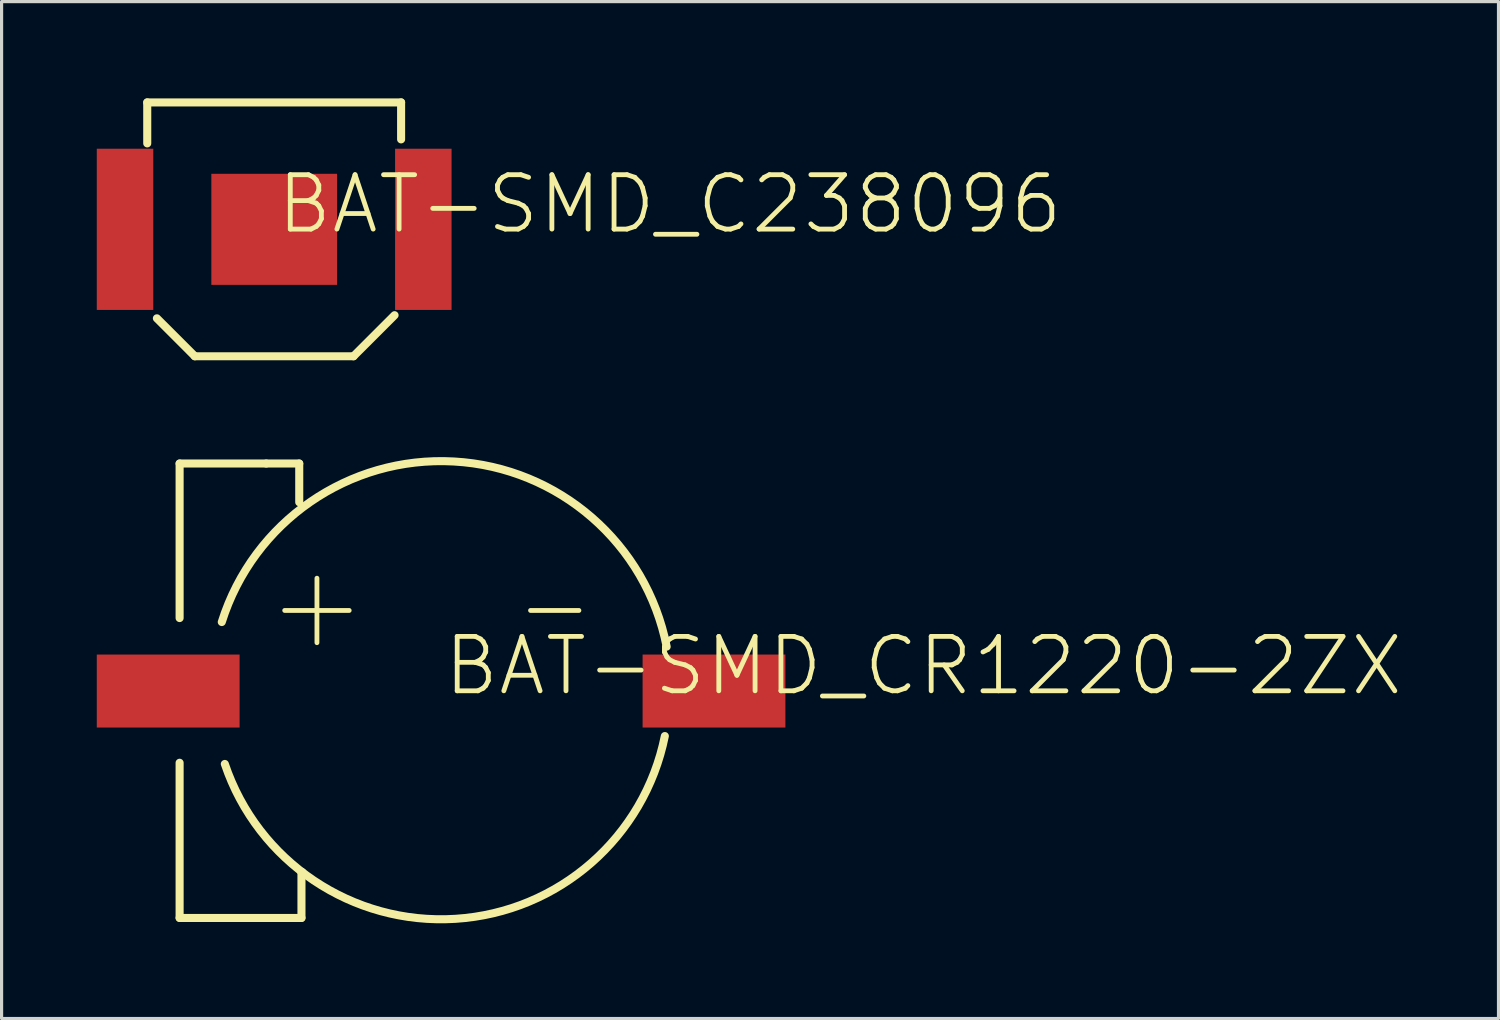
<source format=kicad_pcb>
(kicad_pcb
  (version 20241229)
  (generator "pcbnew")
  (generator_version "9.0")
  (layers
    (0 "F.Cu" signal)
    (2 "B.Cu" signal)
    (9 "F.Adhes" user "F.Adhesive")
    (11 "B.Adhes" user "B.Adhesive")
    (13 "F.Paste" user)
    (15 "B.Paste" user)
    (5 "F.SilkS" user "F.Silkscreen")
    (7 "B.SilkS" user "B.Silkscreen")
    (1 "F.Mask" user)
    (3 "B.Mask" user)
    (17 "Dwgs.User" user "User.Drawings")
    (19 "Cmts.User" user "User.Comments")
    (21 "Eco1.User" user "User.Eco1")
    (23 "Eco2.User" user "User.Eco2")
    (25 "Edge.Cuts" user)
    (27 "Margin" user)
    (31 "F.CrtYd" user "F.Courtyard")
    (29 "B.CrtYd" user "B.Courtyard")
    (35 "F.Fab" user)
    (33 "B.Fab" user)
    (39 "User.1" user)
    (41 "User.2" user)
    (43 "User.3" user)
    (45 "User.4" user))
  (footprint "BAT-SMD_CR1220-2ZX"
    (layer "F.Cu")
    (at 10.85 18.727)
    (property "Reference" "BAT-SMD_CR1220-2ZX" (at 0 0.21 0) (unlocked yes) (layer "F.SilkS") (effects (font (size 1.714 1.714) (thickness 0.152)) (justify left bottom)))
    (fp_line (start -8.24 -7.17) (end -5.51 -7.17) (stroke (width 0.254) (type solid)) (layer "F.SilkS"))
    (fp_line (start -8.24 -2.3) (end -8.24 -7.17) (stroke (width 0.254) (type solid)) (layer "F.SilkS"))
    (fp_line (start -8.24 7.15) (end -8.24 2.26) (stroke (width 0.254) (type solid)) (layer "F.SilkS"))
    (fp_line (start -8.24 7.15) (end -4.4 7.15) (stroke (width 0.254) (type solid)) (layer "F.SilkS"))
    (fp_line (start -5.51 -7.17) (end -4.47 -7.17) (stroke (width 0.254) (type solid)) (layer "F.SilkS"))
    (fp_line (start -4.928 -2.54) (end -2.896 -2.54) (stroke (width 0.152) (type solid)) (layer "F.SilkS"))
    (fp_line (start -4.47 -5.95) (end -4.47 -7.17) (stroke (width 0.254) (type solid)) (layer "F.SilkS"))
    (fp_line (start -4.4 5.706) (end -4.378 5.706) (stroke (width 0.254) (type solid)) (layer "F.SilkS"))
    (fp_line (start -4.4 7.15) (end -4.4 5.706) (stroke (width 0.254) (type solid)) (layer "F.SilkS"))
    (fp_line (start -3.912 -1.524) (end -3.912 -3.556) (stroke (width 0.152) (type solid)) (layer "F.SilkS"))
    (fp_line (start 2.819 -2.54) (end 4.343 -2.54) (stroke (width 0.152) (type solid)) (layer "F.SilkS"))
    (fp_arc (start -6.911031 -2.175105) (mid 0.400218 -7.234177) (end 7.108771 -1.399463) (stroke (width 0.254) (type solid)) (layer "F.SilkS"))
    (fp_arc (start 7.05102 1.418262) (mid 0.455106 7.177837) (end -6.815428 2.297456) (stroke (width 0.254) (type solid)) (layer "F.SilkS"))
    (fp_line (start -8.382 -1.016) (end -7.89 -3.3) (stroke (width 0.051) (type solid)) (layer "Eco1.User"))
    (fp_line (start -8.382 1.016) (end -8.382 -1.016) (stroke (width 0.051) (type solid)) (layer "Eco1.User"))
    (fp_line (start -8.382 1.016) (end -8.38 1.07) (stroke (width 0.051) (type solid)) (layer "Eco1.User"))
    (fp_line (start -8.38 1.07) (end -7.89 3.3) (stroke (width 0.051) (type solid)) (layer "Eco1.User"))
    (fp_line (start -7.89 -7.15) (end -5.47 -7.15) (stroke (width 0.051) (type solid)) (layer "Eco1.User"))
    (fp_line (start -7.89 -3.3) (end -7.89 -7.15) (stroke (width 0.051) (type solid)) (layer "Eco1.User"))
    (fp_line (start -7.89 7.15) (end -7.89 3.3) (stroke (width 0.051) (type solid)) (layer "Eco1.User"))
    (fp_line (start -7.89 7.15) (end -5.48 7.15) (stroke (width 0.051) (type solid)) (layer "Eco1.User"))
    (fp_line (start -5.48 7.15) (end -5.26 6.93) (stroke (width 0.051) (type solid)) (layer "Eco1.User"))
    (fp_line (start -5.47 -7.15) (end -5.2 -6.88) (stroke (width 0.051) (type solid)) (layer "Eco1.User"))
    (fp_line (start -5.26 6.93) (end -4.315 5.754) (stroke (width 0.051) (type solid)) (layer "Eco1.User"))
    (fp_line (start -5.2 -6.88) (end -4.47 -5.92) (stroke (width 0.051) (type solid)) (layer "Eco1.User"))
    (fp_line (start -4.47 -5.92) (end -4.43 -5.92) (stroke (width 0.051) (type solid)) (layer "Eco1.User"))
    (fp_line (start -1.232 -7.245) (end 0.081 -7.245) (stroke (width 0.051) (type solid)) (layer "Eco1.User"))
    (fp_line (start -0.843 7.192) (end 0 7.192) (stroke (width 0.051) (type solid)) (layer "Eco1.User"))
    (fp_line (start 0 7.192) (end 0.053 7.192) (stroke (width 0.051) (type solid)) (layer "Eco1.User"))
    (fp_line (start 7.245 -0.00003) (end 7.245 -0.08) (stroke (width 0.051) (type solid)) (layer "Eco1.User"))
    (fp_arc (start -4.429992 -5.919982) (mid -2.962534 -6.900506) (end -1.23155 -7.24482) (stroke (width 0.0508) (type solid)) (layer "Eco1.User"))
    (fp_arc (start -0.84262 7.19226) (mid -2.722051 6.818418) (end -4.315356 5.753806) (stroke (width 0.0508) (type solid)) (layer "Eco1.User"))
    (fp_arc (start 0.08062 -7.24482) (mid 5.146757 -5.146357) (end 7.24522 -0.08022) (stroke (width 0.0508) (type solid)) (layer "Eco1.User"))
    (fp_arc (start 7.24522 -0.00003) (mid 5.138647 5.085687) (end 0.05293 7.19226) (stroke (width 0.0508) (type solid)) (layer "Eco1.User"))
    (fp_poly (pts (xy -6.57 0.9) (xy -10.07 0.9) (xy -10.07 -0.9) (xy -6.57 -0.9)) (stroke (width 0.1) (type default)) (fill no) (layer "Eco1.User"))
    (fp_poly (pts (xy 6.17 -0.9) (xy 9.67 -0.9) (xy 9.67 0.9) (xy 6.17 0.9)) (stroke (width 0.1) (type default)) (fill no) (layer "Eco1.User"))
    (fp_poly (pts (arc (start -10.01001 -7.2148) (mid -10.07002 -7.27487) (end -10.13009 -7.21486)) (arc (start -10.13009 -7.21486) (mid -10.07008 -7.15479) (end -10.01001 -7.2148))) (stroke (width 0.1) (type default)) (fill no) (layer "Eco1.User"))
    (fp_circle (center -3.75 0) (end -3.75 -0.75) (stroke (width 0.025) (type solid)) (fill no) (layer "User.1"))
    (fp_circle (center 3.75 0) (end 3.75 -0.75) (stroke (width 0.025) (type solid)) (fill no) (layer "User.1"))
    (fp_circle (center -3.75 0) (end -3.75 -0.25) (stroke (width 0.5) (type solid)) (fill no) (layer "User.6"))
    (fp_circle (center 3.75 0) (end 3.75 -0.19) (stroke (width 0.38) (type solid)) (fill no) (layer "User.6"))
    (fp_poly (pts (xy -10.41 -0.27) (xy -6.84 -0.27) (xy -6.84 0.24) (xy -10.41 0.24)) (stroke (width 0.1) (type default)) (fill no) (layer "User.6"))
    (fp_poly (pts (xy -8.87 1.81) (xy -8.87 -1.76) (xy -8.36 -1.76) (xy -8.36 1.81)) (stroke (width 0.1) (type default)) (fill no) (layer "User.6"))
    (fp_poly (pts (xy 6.79 -0.27) (xy 10.36 -0.27) (xy 10.36 0.24) (xy 6.79 0.24)) (stroke (width 0.1) (type default)) (fill no) (layer "User.6"))
    (fp_poly (pts (xy -8.315 -2.3) (arc (start -8.31482 -7.169866) (mid -8.29285 -7.2229) (end -8.239817 -7.24487)) (xy -8.24 -7.245) (xy -5.51 -7.245) (arc (start -4.469844 -7.24487) (mid -4.41681 -7.2229) (end -4.39484 -7.169867)) (xy -4.395 -7.17) (arc (start -4.394836 -5.949924) (mid -4.46984 -5.87589) (end -4.544844 -5.949924)) (xy -4.545 -5.95) (xy -4.545 -7.095) (xy -5.51 -7.095) (xy -8.165 -7.095) (arc (start -8.164816 -2.299874) (mid -8.23982 -2.22584) (end -8.314824 -2.299874))) (stroke (width 0.1) (type default)) (fill no) (layer "User.6"))
    (fp_poly (pts (arc (start -4.32481 7.150068) (mid -4.346781 7.203101) (end -4.399815 7.22507)) (xy -4.4 7.225) (arc (start -8.239818 7.22507) (mid -8.29285 7.2031) (end -8.31482 7.150067)) (xy -8.315 7.15) (arc (start -8.314814 2.260115) (mid -8.292505 2.207707) (end -8.239812 2.18608)) (arc (start -8.239811 2.18608) (mid -8.187116 2.207706) (end -8.164806 2.260115)) (xy -8.165 2.26) (xy -8.165 7.075) (xy -4.475 7.075) (arc (start -4.47483 5.706262) (mid -4.452857 5.653227) (end -4.39982 5.63126)) (arc (start -4.377925 5.631256) (mid -4.325517 5.653565) (end -4.30389 5.706258)) (arc (start -4.30389 5.706259) (mid -4.309318 5.734274) (end -4.324816 5.758235)) (xy -4.325 5.758) (xy -4.325 7.15)) (stroke (width 0.1) (type default)) (fill no) (layer "User.6"))
    (fp_poly (pts (arc (start 6.73785 -2.452327) (mid -0.158198 -7.168323) (end -6.839357 -2.152527)) (arc (start -6.839356 -2.152525) (mid -6.933415 -2.103476) (end -6.982464 -2.197535)) (arc (start -6.98246 -2.197528) (mid -0.161522 -7.318326) (end 6.87882 -2.503624)) (arc (start 6.878826 -2.503635) (mid 6.833995 -2.407494) (end 6.737854 -2.452325)) (xy 6.738 -2.452)) (stroke (width 0.1) (type default)) (fill no) (layer "User.6"))
    (fp_poly (pts (arc (start 0.00009 7.26746) (mid -4.239217 5.902851) (end -6.886449 2.321503)) (xy -6.886 2.322) (xy -6.891 2.296) (xy -6.891 2.296) (arc (start -6.89077 2.29644) (mid -6.8688 2.2434) (end -6.81576 2.22143)) (arc (start -6.815759 2.22143) (mid -6.771524 2.235862) (end -6.74431 2.273605)) (arc (start -6.744319 2.273604) (mid -4.151726 5.781014) (end 0.00007 7.11745)) (arc (start 0.00007 7.11744) (mid 4.082387 5.830277) (end 6.688118 2.434358)) (arc (start 6.688123 2.434356) (mid 6.715585 2.398566) (end 6.758609 2.385)) (arc (start 6.75861 2.385) (mid 6.81165 2.40697) (end 6.83362 2.46001)) (xy 6.834 2.46) (xy 6.829 2.486) (xy 6.829 2.486) (arc (start 6.829097 2.485667) (mid 4.16845 5.953166) (end 0.00009 7.26746))) (stroke (width 0.1) (type default)) (fill no) (layer "User.6"))
    (pad "1" smd rect (at -8.6 0 180) (size 4.5 2.3) (layers "F.Cu" "F.Mask" "F.Paste"))
    (pad "2" smd rect (at 8.6 0 180) (size 4.5 2.3) (layers "F.Cu" "F.Mask" "F.Paste"))
    (zone (net_name "") (layers "F.Cu" "B.Cu") (hatch edge 0.5) (connect_pads) (min_thickness 0.25) (filled_areas_thickness no) (keepout (tracks not_allowed) (vias not_allowed) (pads not_allowed) (copperpour not_allowed) (footprints allowed)) (placement (enabled no)) (fill) (polygon (pts (xy 7.27 17.983) (xy 7.431 18.04) (xy 7.575 18.131) (xy 7.696 18.251) (xy 7.787 18.396) (xy 7.843 18.557) (xy 7.863 18.727) (xy 7.843 18.897) (xy 7.787 19.058) (xy 7.696 19.202) (xy 7.575 19.323) (xy 7.431 19.414) (xy 7.27 19.471) (xy 7.1 19.49) (xy 6.93 19.471) (xy 6.769 19.414) (xy 6.624 19.323) (xy 6.504 19.202) (xy 6.413 19.058) (xy 6.356 18.897) (xy 6.337 18.727) (xy 6.358 18.727) (xy 6.376 18.892) (xy 6.431 19.049) (xy 6.52 19.19) (xy 6.637 19.307) (xy 6.778 19.395) (xy 6.935 19.45) (xy 7.1 19.469) (xy 7.265 19.45) (xy 7.422 19.395) (xy 7.562 19.307) (xy 7.68 19.19) (xy 7.768 19.049) (xy 7.823 18.892) (xy 7.842 18.727) (xy 7.823 18.562) (xy 7.768 18.405) (xy 7.68 18.264) (xy 7.562 18.147) (xy 7.422 18.058) (xy 7.265 18.004) (xy 7.1 17.985) (xy 6.935 18.004) (xy 6.778 18.058) (xy 6.637 18.147) (xy 6.52 18.264) (xy 6.431 18.405) (xy 6.376 18.562) (xy 6.358 18.727) (xy 6.337 18.727) (xy 6.356 18.557) (xy 6.413 18.396) (xy 6.504 18.251) (xy 6.624 18.131) (xy 6.769 18.04) (xy 6.93 17.983) (xy 7.1 17.964))))
    (zone (net_name "") (layers "F.Cu" "B.Cu") (hatch edge 0.5) (connect_pads) (min_thickness 0.25) (filled_areas_thickness no) (keepout (tracks allowed) (vias allowed) (pads allowed) (copperpour allowed) (footprints allowed)) (placement (enabled no)) (fill) (polygon (pts (xy 7.371 17.893) (xy 7.538 17.967) (xy 7.687 18.075) (xy 7.809 18.211) (xy 7.901 18.37) (xy 7.958 18.545) (xy 7.977 18.727) (xy 7.958 18.909) (xy 7.901 19.084) (xy 7.809 19.242) (xy 7.687 19.379) (xy 7.538 19.486) (xy 7.371 19.561) (xy 7.192 19.599) (xy 7.008 19.599) (xy 6.829 19.561) (xy 6.661 19.486) (xy 6.513 19.379) (xy 6.39 19.242) (xy 6.299 19.084) (xy 6.242 18.909) (xy 6.223 18.727) (xy 6.472 18.727) (xy 6.491 18.877) (xy 6.544 19.019) (xy 6.63 19.143) (xy 6.743 19.243) (xy 6.877 19.314) (xy 7.024 19.35) (xy 7.176 19.35) (xy 7.322 19.314) (xy 7.456 19.243) (xy 7.57 19.143) (xy 7.656 19.019) (xy 7.709 18.877) (xy 7.727 18.727) (xy 7.709 18.577) (xy 7.656 18.435) (xy 7.57 18.311) (xy 7.456 18.21) (xy 7.322 18.14) (xy 7.176 18.104) (xy 7.024 18.104) (xy 6.877 18.14) (xy 6.743 18.21) (xy 6.63 18.311) (xy 6.544 18.435) (xy 6.491 18.577) (xy 6.472 18.727) (xy 6.223 18.727) (xy 6.242 18.545) (xy 6.299 18.37) (xy 6.39 18.211) (xy 6.513 18.075) (xy 6.661 17.967) (xy 6.829 17.893) (xy 7.008 17.855) (xy 7.192 17.855))))
    (zone (net_name "") (layers "F.Cu" "B.Cu") (hatch edge 0.5) (connect_pads) (min_thickness 0.25) (filled_areas_thickness no) (keepout (tracks not_allowed) (vias not_allowed) (pads not_allowed) (copperpour not_allowed) (footprints allowed)) (placement (enabled no)) (fill) (polygon (pts (xy 14.77 17.983) (xy 14.931 18.04) (xy 15.076 18.131) (xy 15.196 18.251) (xy 15.287 18.396) (xy 15.344 18.557) (xy 15.363 18.727) (xy 15.344 18.897) (xy 15.287 19.058) (xy 15.196 19.202) (xy 15.076 19.323) (xy 14.931 19.414) (xy 14.77 19.471) (xy 14.6 19.49) (xy 14.43 19.471) (xy 14.269 19.414) (xy 14.124 19.323) (xy 14.004 19.202) (xy 13.913 19.058) (xy 13.856 18.897) (xy 13.837 18.727) (xy 13.858 18.727) (xy 13.877 18.892) (xy 13.931 19.049) (xy 14.02 19.19) (xy 14.137 19.307) (xy 14.278 19.395) (xy 14.435 19.45) (xy 14.6 19.469) (xy 14.765 19.45) (xy 14.922 19.395) (xy 15.063 19.307) (xy 15.18 19.19) (xy 15.268 19.049) (xy 15.323 18.892) (xy 15.342 18.727) (xy 15.323 18.562) (xy 15.268 18.405) (xy 15.18 18.264) (xy 15.063 18.147) (xy 14.922 18.058) (xy 14.765 18.004) (xy 14.6 17.985) (xy 14.435 18.004) (xy 14.278 18.058) (xy 14.137 18.147) (xy 14.02 18.264) (xy 13.931 18.405) (xy 13.877 18.562) (xy 13.858 18.727) (xy 13.837 18.727) (xy 13.856 18.557) (xy 13.913 18.396) (xy 14.004 18.251) (xy 14.124 18.131) (xy 14.269 18.04) (xy 14.43 17.983) (xy 14.6 17.964))))
    (zone (net_name "") (layers "F.Cu" "B.Cu") (hatch edge 0.5) (connect_pads) (min_thickness 0.25) (filled_areas_thickness no) (keepout (tracks allowed) (vias allowed) (pads allowed) (copperpour allowed) (footprints allowed)) (placement (enabled no)) (fill) (polygon (pts (xy 14.871 17.893) (xy 15.038 17.967) (xy 15.187 18.075) (xy 15.309 18.211) (xy 15.401 18.37) (xy 15.458 18.545) (xy 15.477 18.727) (xy 15.458 18.909) (xy 15.401 19.084) (xy 15.309 19.242) (xy 15.187 19.379) (xy 15.038 19.486) (xy 14.871 19.561) (xy 14.692 19.599) (xy 14.508 19.599) (xy 14.329 19.561) (xy 14.161 19.486) (xy 14.013 19.379) (xy 13.89 19.242) (xy 13.799 19.084) (xy 13.742 18.909) (xy 13.723 18.727) (xy 13.972 18.727) (xy 13.991 18.877) (xy 14.044 19.019) (xy 14.13 19.143) (xy 14.243 19.243) (xy 14.377 19.314) (xy 14.524 19.35) (xy 14.676 19.35) (xy 14.823 19.314) (xy 14.956 19.243) (xy 15.07 19.143) (xy 15.156 19.019) (xy 15.209 18.877) (xy 15.228 18.727) (xy 15.209 18.577) (xy 15.156 18.435) (xy 15.07 18.311) (xy 14.956 18.21) (xy 14.823 18.14) (xy 14.676 18.104) (xy 14.524 18.104) (xy 14.377 18.14) (xy 14.243 18.21) (xy 14.13 18.311) (xy 14.044 18.435) (xy 13.991 18.577) (xy 13.972 18.727) (xy 13.723 18.727) (xy 13.742 18.545) (xy 13.799 18.37) (xy 13.89 18.211) (xy 14.013 18.075) (xy 14.161 17.967) (xy 14.329 17.893) (xy 14.508 17.855) (xy 14.692 17.855)))))
  (footprint "BAT-SMD_C238096"
    (layer "F.Cu")
    (at 5.59 4.177)
    (property "Reference" "BAT-SMD_C238096" (at 0 0.21 0) (unlocked yes) (layer "F.SilkS") (effects (font (size 1.714 1.714) (thickness 0.152)) (justify left bottom)))
    (fp_line (start -4 -4) (end 4 -4) (stroke (width 0.254) (type solid)) (layer "F.SilkS"))
    (fp_line (start -4 -2.708) (end -4 -4) (stroke (width 0.254) (type solid)) (layer "F.SilkS"))
    (fp_line (start -3.696 2.804) (end -2.5 4) (stroke (width 0.254) (type solid)) (layer "F.SilkS"))
    (fp_line (start -2.5 4) (end 2.5 4) (stroke (width 0.254) (type solid)) (layer "F.SilkS"))
    (fp_line (start 2.5 4) (end 3.794 2.706) (stroke (width 0.254) (type solid)) (layer "F.SilkS"))
    (fp_line (start 4 -2.835) (end 4 -4) (stroke (width 0.254) (type solid)) (layer "F.SilkS"))
    (fp_line (start -4 -4) (end 4 -4) (stroke (width 0.051) (type solid)) (layer "Eco1.User"))
    (fp_line (start -4 4) (end -4 -4) (stroke (width 0.051) (type solid)) (layer "Eco1.User"))
    (fp_line (start -4 4) (end 4 4) (stroke (width 0.051) (type solid)) (layer "Eco1.User"))
    (fp_line (start 4 4) (end 4 -4) (stroke (width 0.051) (type solid)) (layer "Eco1.User"))
    (fp_poly (pts (xy -5.36 -2.5) (xy -3.96 -2.5) (xy -3.96 2.5) (xy -5.36 2.5)) (stroke (width 0.1) (type default)) (fill no) (layer "Eco1.User"))
    (fp_poly (pts (xy -1.98 -1.75) (xy 1.98 -1.75) (xy 1.98 1.75) (xy -1.98 1.75)) (stroke (width 0.1) (type default)) (fill no) (layer "Eco1.User"))
    (fp_poly (pts (xy 3.96 -2.5) (xy 5.36 -2.5) (xy 5.36 2.5) (xy 3.96 2.5)) (stroke (width 0.1) (type default)) (fill no) (layer "Eco1.User"))
    (fp_poly (pts (arc (start -5.299909 3.99999) (mid -5.359869 3.94154) (end -5.419811 4.000007)) (arc (start -5.419811 4.00001) (mid -5.359851 4.05846) (end -5.299909 3.999993)) (xy -5.3 4)) (stroke (width 0.1) (type default)) (fill no) (layer "Eco1.User"))
    (fp_poly (pts (arc (start -2.49997 4.12699) (mid -2.62697 3.99999) (end -2.49997 3.87299)) (arc (start 2.5 3.87299) (mid 2.627 3.99999) (end 2.5 4.12699))) (stroke (width 0.1) (type default)) (fill no) (layer "User.6"))
    (fp_poly (pts (arc (start 3.873 -3.99999) (mid 4 -4.12699) (end 4.127 -3.99999)) (arc (start 4.127 -2.83464) (mid 4 -2.70764) (end 3.873 -2.83464))) (stroke (width 0.1) (type default)) (fill no) (layer "User.6"))
    (fp_poly (pts (xy -2.59 4.09) (arc (start -3.785487 2.894107) (mid -3.785487 2.714473) (end -3.605853 2.714473)) (xy -3.606 2.714) (arc (start -2.410153 3.910173) (mid -2.410153 4.089807) (end -2.589787 4.089807))) (stroke (width 0.1) (type default)) (fill no) (layer "User.6"))
    (fp_poly (pts (xy 3.883 2.796) (arc (start 2.589817 4.089807) (mid 2.410183 4.089807) (end 2.410183 3.910173)) (xy 2.41 3.91) (arc (start 3.703753 2.616603) (mid 3.883387 2.616603) (end 3.883387 2.796237))) (stroke (width 0.1) (type default)) (fill no) (layer "User.6"))
    (fp_poly (pts (arc (start -3.87299 -2.70764) (mid -3.99999 -2.58064) (end -4.12699 -2.70764)) (arc (start -4.12699 -3.99999) (mid -4.089793 -4.089793) (end -3.99999 -4.12699)) (arc (start 4 -4.12699) (mid 4.127 -3.99999) (end 4 -3.87299)) (xy -3.873 -3.873)) (stroke (width 0.1) (type default)) (fill no) (layer "User.6"))
    (pad "1" smd rect (at -4.7 0) (size 1.78 5.08) (layers "F.Cu" "F.Mask" "F.Paste"))
    (pad "2" smd rect (at 4.7 0) (size 1.78 5.08) (layers "F.Cu" "F.Mask" "F.Paste"))
    (pad "3" smd rect (at 0.00003 0) (size 3.96 3.5) (layers "F.Cu" "F.Mask" "F.Paste")))
  (gr_rect
    (start -3 -3)
    (end 44.172 29.046)
    (stroke (width 0.1) (type default))
    (fill no)
    (layer "Edge.Cuts")))
</source>
